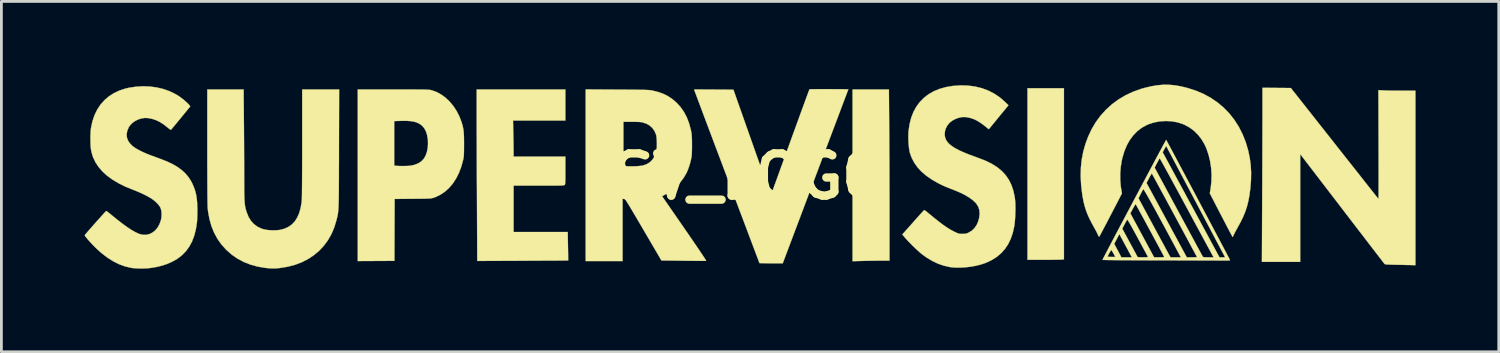
<source format=kicad_pcb>
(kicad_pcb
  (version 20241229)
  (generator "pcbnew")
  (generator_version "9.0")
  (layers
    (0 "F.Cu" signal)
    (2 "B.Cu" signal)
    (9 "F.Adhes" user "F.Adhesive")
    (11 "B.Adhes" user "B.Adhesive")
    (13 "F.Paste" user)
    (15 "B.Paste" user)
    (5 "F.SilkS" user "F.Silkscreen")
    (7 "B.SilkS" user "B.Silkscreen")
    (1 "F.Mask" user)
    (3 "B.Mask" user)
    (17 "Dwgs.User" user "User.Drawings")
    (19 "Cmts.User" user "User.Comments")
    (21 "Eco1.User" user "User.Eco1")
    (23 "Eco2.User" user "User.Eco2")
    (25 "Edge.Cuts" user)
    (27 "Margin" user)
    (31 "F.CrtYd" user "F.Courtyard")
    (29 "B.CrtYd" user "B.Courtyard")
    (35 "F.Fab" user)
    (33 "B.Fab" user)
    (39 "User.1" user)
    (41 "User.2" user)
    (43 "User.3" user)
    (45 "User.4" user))
  (footprint "SV_LOGO"
    (layer "F.Cu")
    (at 23.981 3.313)
    (property "Reference" "SV_LOGO" (at 0 0 0) (layer "F.SilkS") (effects (font (size 1.524 1.524) (thickness 0.3))))
    (attr through_hole)
    (fp_poly (pts (xy 11.325 2.984) (xy 11.256 2.994) (xy 11.226 2.996) (xy 11.169 2.998) (xy 11.091 2.999) (xy 10.993 3.001) (xy 10.88 3.002) (xy 10.756 3.003) (xy 10.625 3.003) (xy 10.599 3.003) (xy 10.011 3.003) (xy 10.011 -3.182) (xy 11.325 -3.182) (xy 11.325 2.984)) (stroke (width 0.01) (type solid)) (fill yes) (layer "F.SilkS"))
    (fp_poly (pts (xy 5.025 -1.782) (xy 5.027 -1.571) (xy 5.028 -1.334) (xy 5.029 -1.076) (xy 5.03 -0.802) (xy 5.032 -0.516) (xy 5.033 -0.221) (xy 5.033 0.076) (xy 5.034 0.373) (xy 5.035 0.664) (xy 5.035 0.945) (xy 5.035 1.212) (xy 5.035 1.304) (xy 5.035 3.033) (xy 4.754 3.033) (xy 4.654 3.033) (xy 4.533 3.035) (xy 4.401 3.037) (xy 4.265 3.039) (xy 4.135 3.042) (xy 4.089 3.043) (xy 3.705 3.053) (xy 3.705 -3.138) (xy 5.015 -3.138) (xy 5.025 -1.782)) (stroke (width 0.01) (type solid)) (fill yes) (layer "F.SilkS"))
    (fp_poly (pts (xy 2.727 -3.15) (xy 2.857 -3.149) (xy 3.553 -3.145) (xy 1.187 3.13) (xy 0.978 3.131) (xy 0.876 3.131) (xy 0.76 3.13) (xy 0.645 3.128) (xy 0.559 3.127) (xy 0.349 3.122) (xy -0.82 0.023) (xy -0.931 -0.27) (xy -1.038 -0.555) (xy -1.143 -0.832) (xy -1.244 -1.099) (xy -1.34 -1.355) (xy -1.432 -1.599) (xy -1.519 -1.83) (xy -1.6 -2.045) (xy -1.675 -2.244) (xy -1.743 -2.426) (xy -1.804 -2.589) (xy -1.858 -2.733) (xy -1.904 -2.855) (xy -1.941 -2.954) (xy -1.969 -3.03) (xy -1.988 -3.081) (xy -1.997 -3.105) (xy -1.998 -3.107) (xy -2.006 -3.138) (xy -1.298 -3.134) (xy -0.591 -3.13) (xy 0.083 -1.221) (xy 0.757 0.688) (xy 1.448 -1.221) (xy 1.531 -1.451) (xy 1.612 -1.672) (xy 1.689 -1.885) (xy 1.762 -2.086) (xy 1.831 -2.275) (xy 1.895 -2.45) (xy 1.953 -2.608) (xy 2.004 -2.75) (xy 2.049 -2.872) (xy 2.087 -2.973) (xy 2.116 -3.052) (xy 2.137 -3.107) (xy 2.148 -3.137) (xy 2.15 -3.142) (xy 2.167 -3.144) (xy 2.21 -3.146) (xy 2.278 -3.147) (xy 2.366 -3.148) (xy 2.472 -3.149) (xy 2.594 -3.15) (xy 2.727 -3.15)) (stroke (width 0.01) (type solid)) (fill yes) (layer "F.SilkS"))
    (fp_poly (pts (xy -6.649 -2.017) (xy -8.536 -2.017) (xy -8.526 -1.566) (xy -8.524 -1.441) (xy -8.521 -1.315) (xy -8.519 -1.193) (xy -8.518 -1.083) (xy -8.517 -0.99) (xy -8.516 -0.92) (xy -8.516 -0.916) (xy -8.516 -0.717) (xy -6.649 -0.717) (xy -6.649 -0.219) (xy -6.649 -0.083) (xy -6.649 0.026) (xy -6.65 0.111) (xy -6.652 0.176) (xy -6.654 0.223) (xy -6.657 0.257) (xy -6.661 0.279) (xy -6.667 0.293) (xy -6.674 0.302) (xy -6.676 0.304) (xy -6.684 0.309) (xy -6.696 0.313) (xy -6.716 0.317) (xy -6.745 0.32) (xy -6.785 0.323) (xy -6.839 0.325) (xy -6.909 0.326) (xy -6.997 0.327) (xy -7.106 0.328) (xy -7.238 0.328) (xy -7.395 0.329) (xy -7.578 0.329) (xy -7.61 0.329) (xy -8.516 0.329) (xy -8.516 2.002) (xy -6.564 2.002) (xy -6.555 2.513) (xy -6.553 2.634) (xy -6.551 2.744) (xy -6.549 2.841) (xy -6.549 2.921) (xy -6.548 2.981) (xy -6.548 3.017) (xy -6.549 3.027) (xy -6.564 3.027) (xy -6.607 3.028) (xy -6.676 3.028) (xy -6.769 3.029) (xy -6.884 3.03) (xy -7.02 3.031) (xy -7.174 3.032) (xy -7.345 3.032) (xy -7.53 3.033) (xy -7.728 3.034) (xy -7.936 3.035) (xy -8.153 3.036) (xy -8.189 3.037) (xy -9.826 3.044) (xy -9.836 0.757) (xy -9.837 0.482) (xy -9.839 0.206) (xy -9.84 -0.07) (xy -9.841 -0.343) (xy -9.842 -0.61) (xy -9.843 -0.87) (xy -9.843 -1.118) (xy -9.844 -1.353) (xy -9.845 -1.573) (xy -9.845 -1.775) (xy -9.846 -1.956) (xy -9.846 -2.114) (xy -9.846 -2.247) (xy -9.846 -2.333) (xy -9.846 -3.138) (xy -6.649 -3.138) (xy -6.649 -2.017)) (stroke (width 0.01) (type solid)) (fill yes) (layer "F.SilkS"))
    (fp_poly (pts (xy 18.994 -3.194) (xy 19.505 -3.19) (xy 21.082 -1.193) (xy 21.251 -0.978) (xy 21.416 -0.77) (xy 21.574 -0.569) (xy 21.726 -0.377) (xy 21.87 -0.195) (xy 22.005 -0.024) (xy 22.13 0.135) (xy 22.244 0.28) (xy 22.347 0.41) (xy 22.437 0.524) (xy 22.514 0.621) (xy 22.576 0.699) (xy 22.623 0.758) (xy 22.653 0.796) (xy 22.665 0.812) (xy 22.666 0.812) (xy 22.667 0.798) (xy 22.667 0.756) (xy 22.668 0.688) (xy 22.669 0.595) (xy 22.669 0.479) (xy 22.669 0.342) (xy 22.67 0.185) (xy 22.67 0.011) (xy 22.67 -0.179) (xy 22.669 -0.384) (xy 22.669 -0.601) (xy 22.669 -0.829) (xy 22.668 -1.066) (xy 22.668 -1.147) (xy 22.662 -3.113) (xy 22.868 -3.103) (xy 22.938 -3.1) (xy 23.031 -3.098) (xy 23.142 -3.096) (xy 23.264 -3.094) (xy 23.392 -3.093) (xy 23.519 -3.093) (xy 23.535 -3.093) (xy 23.996 -3.093) (xy 23.996 3.197) (xy 23.925 3.195) (xy 23.892 3.194) (xy 23.834 3.192) (xy 23.755 3.191) (xy 23.659 3.189) (xy 23.55 3.186) (xy 23.432 3.184) (xy 23.38 3.183) (xy 23.245 3.181) (xy 23.136 3.178) (xy 23.052 3.175) (xy 22.988 3.172) (xy 22.943 3.168) (xy 22.912 3.164) (xy 22.894 3.158) (xy 22.885 3.153) (xy 22.873 3.138) (xy 22.845 3.102) (xy 22.8 3.044) (xy 22.74 2.966) (xy 22.666 2.87) (xy 22.578 2.756) (xy 22.478 2.626) (xy 22.366 2.481) (xy 22.244 2.322) (xy 22.113 2.15) (xy 21.972 1.968) (xy 21.825 1.776) (xy 21.67 1.574) (xy 21.51 1.366) (xy 21.353 1.16) (xy 19.842 -0.809) (xy 19.842 3.078) (xy 18.462 3.078) (xy 18.472 0.803) (xy 18.473 0.527) (xy 18.475 0.249) (xy 18.476 -0.029) (xy 18.477 -0.305) (xy 18.478 -0.576) (xy 18.479 -0.839) (xy 18.479 -1.092) (xy 18.48 -1.332) (xy 18.481 -1.557) (xy 18.481 -1.764) (xy 18.482 -1.951) (xy 18.482 -2.114) (xy 18.482 -2.253) (xy 18.482 -2.335) (xy 18.482 -3.198) (xy 18.994 -3.194)) (stroke (width 0.01) (type solid)) (fill yes) (layer "F.SilkS"))
    (fp_poly (pts (xy -12.627 -3.138) (xy -12.43 -3.138) (xy -12.258 -3.137) (xy -12.11 -3.137) (xy -11.983 -3.136) (xy -11.877 -3.136) (xy -11.788 -3.135) (xy -11.715 -3.133) (xy -11.655 -3.131) (xy -11.608 -3.129) (xy -11.569 -3.126) (xy -11.539 -3.123) (xy -11.514 -3.119) (xy -11.492 -3.115) (xy -11.472 -3.11) (xy -11.462 -3.107) (xy -11.29 -3.045) (xy -11.124 -2.954) (xy -10.967 -2.839) (xy -10.822 -2.702) (xy -10.69 -2.544) (xy -10.573 -2.368) (xy -10.475 -2.176) (xy -10.416 -2.027) (xy -10.384 -1.935) (xy -10.359 -1.851) (xy -10.34 -1.772) (xy -10.325 -1.691) (xy -10.315 -1.603) (xy -10.308 -1.504) (xy -10.304 -1.388) (xy -10.303 -1.251) (xy -10.303 -1.165) (xy -10.303 -1.038) (xy -10.304 -0.935) (xy -10.306 -0.853) (xy -10.308 -0.788) (xy -10.312 -0.734) (xy -10.318 -0.688) (xy -10.325 -0.644) (xy -10.335 -0.598) (xy -10.336 -0.593) (xy -10.402 -0.352) (xy -10.486 -0.13) (xy -10.588 0.072) (xy -10.706 0.253) (xy -10.841 0.411) (xy -10.99 0.546) (xy -11.153 0.656) (xy -11.33 0.741) (xy -11.393 0.763) (xy -11.419 0.772) (xy -11.444 0.778) (xy -11.471 0.784) (xy -11.504 0.789) (xy -11.544 0.792) (xy -11.597 0.795) (xy -11.663 0.797) (xy -11.747 0.799) (xy -11.851 0.801) (xy -11.979 0.802) (xy -12.133 0.803) (xy -12.151 0.803) (xy -12.804 0.809) (xy -12.808 1.925) (xy -12.812 3.041) (xy -14.134 3.048) (xy -14.134 -1.998) (xy -12.82 -1.998) (xy -12.82 -0.39) (xy -12.741 -0.385) (xy -12.64 -0.379) (xy -12.532 -0.377) (xy -12.426 -0.378) (xy -12.33 -0.381) (xy -12.254 -0.387) (xy -12.244 -0.388) (xy -12.09 -0.42) (xy -11.957 -0.472) (xy -11.846 -0.543) (xy -11.758 -0.634) (xy -11.75 -0.644) (xy -11.69 -0.747) (xy -11.644 -0.872) (xy -11.614 -1.013) (xy -11.601 -1.163) (xy -11.605 -1.317) (xy -11.608 -1.344) (xy -11.635 -1.502) (xy -11.679 -1.636) (xy -11.741 -1.748) (xy -11.821 -1.837) (xy -11.868 -1.874) (xy -11.944 -1.919) (xy -12.027 -1.955) (xy -12.121 -1.98) (xy -12.229 -1.997) (xy -12.356 -2.006) (xy -12.506 -2.007) (xy -12.592 -2.005) (xy -12.82 -1.998) (xy -14.134 -1.998) (xy -14.134 -3.138) (xy -12.853 -3.138) (xy -12.627 -3.138)) (stroke (width 0.01) (type solid)) (fill yes) (layer "F.SilkS"))
    (fp_poly (pts (xy 15.305 -3.29) (xy 15.519 -3.254) (xy 15.748 -3.2) (xy 15.79 -3.188) (xy 16.086 -3.093) (xy 16.364 -2.974) (xy 16.625 -2.831) (xy 16.866 -2.666) (xy 17.087 -2.479) (xy 17.289 -2.271) (xy 17.469 -2.042) (xy 17.628 -1.794) (xy 17.764 -1.526) (xy 17.878 -1.241) (xy 17.966 -0.942) (xy 18.022 -0.681) (xy 18.057 -0.42) (xy 18.073 -0.154) (xy 18.069 0.123) (xy 18.046 0.417) (xy 18.041 0.46) (xy 18.01 0.689) (xy 17.971 0.896) (xy 17.922 1.088) (xy 17.861 1.271) (xy 17.786 1.454) (xy 17.694 1.642) (xy 17.616 1.784) (xy 17.571 1.867) (xy 17.527 1.946) (xy 17.49 2.017) (xy 17.462 2.072) (xy 17.448 2.101) (xy 17.429 2.144) (xy 17.413 2.173) (xy 17.406 2.181) (xy 17.398 2.168) (xy 17.378 2.13) (xy 17.346 2.071) (xy 17.304 1.993) (xy 17.254 1.897) (xy 17.195 1.786) (xy 17.131 1.662) (xy 17.061 1.528) (xy 16.991 1.394) (xy 16.584 0.607) (xy 16.616 0.412) (xy 16.642 0.177) (xy 16.647 -0.066) (xy 16.631 -0.312) (xy 16.594 -0.555) (xy 16.537 -0.789) (xy 16.462 -1.009) (xy 16.395 -1.157) (xy 16.287 -1.34) (xy 16.159 -1.505) (xy 16.012 -1.649) (xy 15.848 -1.77) (xy 15.67 -1.866) (xy 15.599 -1.896) (xy 15.405 -1.956) (xy 15.201 -1.991) (xy 14.991 -2.001) (xy 14.781 -1.987) (xy 14.576 -1.949) (xy 14.382 -1.887) (xy 14.301 -1.852) (xy 14.125 -1.753) (xy 13.965 -1.63) (xy 13.823 -1.483) (xy 13.697 -1.313) (xy 13.59 -1.121) (xy 13.502 -0.908) (xy 13.433 -0.675) (xy 13.411 -0.58) (xy 13.373 -0.346) (xy 13.354 -0.106) (xy 13.355 0.13) (xy 13.374 0.355) (xy 13.384 0.42) (xy 13.416 0.609) (xy 13.014 1.383) (xy 12.94 1.524) (xy 12.871 1.657) (xy 12.806 1.78) (xy 12.748 1.89) (xy 12.698 1.986) (xy 12.656 2.064) (xy 12.625 2.122) (xy 12.605 2.159) (xy 12.598 2.17) (xy 12.585 2.166) (xy 12.567 2.137) (xy 12.557 2.115) (xy 12.54 2.076) (xy 12.511 2.018) (xy 12.475 1.949) (xy 12.435 1.876) (xy 12.427 1.863) (xy 12.327 1.68) (xy 12.242 1.514) (xy 12.173 1.359) (xy 12.116 1.209) (xy 12.07 1.059) (xy 12.031 0.902) (xy 11.999 0.732) (xy 11.985 0.642) (xy 11.945 0.307) (xy 11.928 -0.012) (xy 11.936 -0.318) (xy 11.967 -0.614) (xy 12.023 -0.902) (xy 12.104 -1.186) (xy 12.195 -1.43) (xy 12.322 -1.703) (xy 12.473 -1.958) (xy 12.646 -2.193) (xy 12.84 -2.408) (xy 13.055 -2.603) (xy 13.289 -2.776) (xy 13.542 -2.926) (xy 13.812 -3.053) (xy 14.099 -3.157) (xy 14.246 -3.198) (xy 14.479 -3.253) (xy 14.695 -3.289) (xy 14.9 -3.307) (xy 15.101 -3.308) (xy 15.305 -3.29)) (stroke (width 0.01) (type solid)) (fill yes) (layer "F.SilkS"))
    (fp_poly (pts (xy -18.238 -1.961) (xy -18.236 -1.749) (xy -18.235 -1.525) (xy -18.233 -1.295) (xy -18.232 -1.062) (xy -18.231 -0.833) (xy -18.23 -0.612) (xy -18.229 -0.403) (xy -18.229 -0.213) (xy -18.228 -0.044) (xy -18.228 0.028) (xy -18.228 0.228) (xy -18.227 0.401) (xy -18.226 0.55) (xy -18.224 0.678) (xy -18.22 0.786) (xy -18.215 0.879) (xy -18.209 0.959) (xy -18.201 1.029) (xy -18.191 1.091) (xy -18.179 1.149) (xy -18.164 1.205) (xy -18.147 1.262) (xy -18.135 1.298) (xy -18.069 1.46) (xy -17.984 1.598) (xy -17.88 1.712) (xy -17.757 1.804) (xy -17.615 1.874) (xy -17.563 1.892) (xy -17.458 1.918) (xy -17.333 1.934) (xy -17.2 1.941) (xy -17.069 1.939) (xy -16.948 1.926) (xy -16.928 1.922) (xy -16.77 1.88) (xy -16.63 1.815) (xy -16.508 1.728) (xy -16.404 1.618) (xy -16.318 1.484) (xy -16.248 1.327) (xy -16.195 1.145) (xy -16.159 0.939) (xy -16.152 0.878) (xy -16.15 0.843) (xy -16.148 0.78) (xy -16.146 0.69) (xy -16.144 0.574) (xy -16.143 0.434) (xy -16.141 0.272) (xy -16.14 0.088) (xy -16.139 -0.116) (xy -16.138 -0.339) (xy -16.137 -0.578) (xy -16.137 -0.833) (xy -16.137 -1.102) (xy -16.137 -1.199) (xy -16.136 -3.138) (xy -14.805 -3.138) (xy -14.811 -1.005) (xy -14.811 -0.703) (xy -14.812 -0.43) (xy -14.813 -0.184) (xy -14.813 0.037) (xy -14.814 0.235) (xy -14.815 0.412) (xy -14.816 0.568) (xy -14.818 0.705) (xy -14.82 0.825) (xy -14.822 0.93) (xy -14.825 1.022) (xy -14.828 1.101) (xy -14.832 1.17) (xy -14.837 1.23) (xy -14.842 1.282) (xy -14.848 1.329) (xy -14.855 1.372) (xy -14.863 1.412) (xy -14.871 1.452) (xy -14.881 1.492) (xy -14.892 1.535) (xy -14.904 1.582) (xy -14.906 1.591) (xy -14.984 1.845) (xy -15.086 2.082) (xy -15.211 2.3) (xy -15.358 2.499) (xy -15.526 2.678) (xy -15.715 2.836) (xy -15.923 2.974) (xy -16.15 3.09) (xy -16.395 3.183) (xy -16.657 3.252) (xy -16.935 3.298) (xy -16.961 3.301) (xy -17.086 3.312) (xy -17.203 3.314) (xy -17.323 3.309) (xy -17.459 3.295) (xy -17.466 3.295) (xy -17.743 3.248) (xy -18.003 3.176) (xy -18.245 3.08) (xy -18.471 2.96) (xy -18.681 2.814) (xy -18.873 2.644) (xy -18.879 2.638) (xy -19.048 2.45) (xy -19.192 2.247) (xy -19.311 2.027) (xy -19.408 1.789) (xy -19.48 1.534) (xy -19.53 1.261) (xy -19.542 1.153) (xy -19.545 1.112) (xy -19.547 1.043) (xy -19.549 0.944) (xy -19.551 0.818) (xy -19.553 0.663) (xy -19.554 0.482) (xy -19.555 0.274) (xy -19.556 0.039) (xy -19.557 -0.22) (xy -19.558 -0.505) (xy -19.558 -0.814) (xy -19.558 -1.07) (xy -19.558 -3.138) (xy -18.248 -3.138) (xy -18.238 -1.961)) (stroke (width 0.01) (type solid)) (fill yes) (layer "F.SilkS"))
    (fp_poly (pts (xy -4.785 -3.133) (xy -4.569 -3.132) (xy -4.382 -3.131) (xy -4.22 -3.13) (xy -4.081 -3.128) (xy -3.963 -3.126) (xy -3.864 -3.125) (xy -3.783 -3.123) (xy -3.715 -3.12) (xy -3.661 -3.117) (xy -3.616 -3.114) (xy -3.58 -3.11) (xy -3.549 -3.106) (xy -3.526 -3.102) (xy -3.317 -3.051) (xy -3.13 -2.985) (xy -2.96 -2.902) (xy -2.804 -2.8) (xy -2.657 -2.676) (xy -2.646 -2.666) (xy -2.5 -2.508) (xy -2.376 -2.331) (xy -2.272 -2.135) (xy -2.189 -1.918) (xy -2.125 -1.68) (xy -2.11 -1.606) (xy -2.101 -1.549) (xy -2.094 -1.486) (xy -2.089 -1.411) (xy -2.086 -1.319) (xy -2.085 -1.206) (xy -2.085 -1.121) (xy -2.085 -1.003) (xy -2.087 -0.909) (xy -2.089 -0.835) (xy -2.093 -0.773) (xy -2.1 -0.72) (xy -2.108 -0.669) (xy -2.119 -0.617) (xy -2.149 -0.495) (xy -2.186 -0.371) (xy -2.228 -0.253) (xy -2.27 -0.152) (xy -2.282 -0.127) (xy -2.387 0.051) (xy -2.517 0.221) (xy -2.669 0.377) (xy -2.839 0.516) (xy -3.024 0.635) (xy -3.065 0.657) (xy -3.163 0.71) (xy -2.359 1.872) (xy -2.234 2.053) (xy -2.117 2.224) (xy -2.008 2.382) (xy -1.91 2.526) (xy -1.822 2.656) (xy -1.746 2.769) (xy -1.683 2.864) (xy -1.633 2.94) (xy -1.597 2.996) (xy -1.577 3.03) (xy -1.573 3.04) (xy -1.591 3.041) (xy -1.636 3.042) (xy -1.705 3.042) (xy -1.796 3.042) (xy -1.905 3.041) (xy -2.031 3.04) (xy -2.169 3.039) (xy -2.317 3.037) (xy -2.389 3.036) (xy -3.186 3.026) (xy -3.839 1.912) (xy -3.953 1.717) (xy -4.053 1.547) (xy -4.141 1.398) (xy -4.216 1.271) (xy -4.28 1.163) (xy -4.334 1.073) (xy -4.379 0.999) (xy -4.416 0.94) (xy -4.446 0.893) (xy -4.469 0.858) (xy -4.488 0.832) (xy -4.503 0.815) (xy -4.515 0.804) (xy -4.525 0.798) (xy -4.534 0.795) (xy -4.539 0.795) (xy -4.587 0.79) (xy -4.587 3.048) (xy -5.917 3.048) (xy -5.917 -1.972) (xy -4.557 -1.972) (xy -4.557 -0.375) (xy -4.434 -0.369) (xy -4.326 -0.366) (xy -4.213 -0.366) (xy -4.101 -0.37) (xy -3.999 -0.377) (xy -3.912 -0.386) (xy -3.856 -0.396) (xy -3.723 -0.441) (xy -3.61 -0.509) (xy -3.516 -0.598) (xy -3.443 -0.71) (xy -3.389 -0.845) (xy -3.368 -0.928) (xy -3.357 -1.002) (xy -3.351 -1.093) (xy -3.35 -1.194) (xy -3.353 -1.296) (xy -3.36 -1.392) (xy -3.371 -1.471) (xy -3.382 -1.517) (xy -3.437 -1.644) (xy -3.515 -1.752) (xy -3.614 -1.84) (xy -3.734 -1.907) (xy -3.873 -1.952) (xy -3.905 -1.958) (xy -3.943 -1.963) (xy -4.005 -1.967) (xy -4.085 -1.97) (xy -4.175 -1.972) (xy -4.268 -1.972) (xy -4.557 -1.972) (xy -5.917 -1.972) (xy -5.917 -3.14) (xy -4.785 -3.133)) (stroke (width 0.01) (type solid)) (fill yes) (layer "F.SilkS"))
    (fp_poly (pts (xy 7.866 -3.277) (xy 8.122 -3.243) (xy 8.367 -3.183) (xy 8.598 -3.097) (xy 8.816 -2.985) (xy 9.019 -2.847) (xy 9.206 -2.685) (xy 9.217 -2.674) (xy 9.324 -2.568) (xy 9.193 -2.408) (xy 9.143 -2.348) (xy 9.079 -2.27) (xy 9.007 -2.182) (xy 8.931 -2.089) (xy 8.857 -1.998) (xy 8.839 -1.976) (xy 8.616 -1.705) (xy 8.558 -1.753) (xy 8.419 -1.863) (xy 8.292 -1.952) (xy 8.175 -2.022) (xy 8.061 -2.074) (xy 7.948 -2.111) (xy 7.83 -2.136) (xy 7.766 -2.144) (xy 7.656 -2.143) (xy 7.539 -2.12) (xy 7.421 -2.078) (xy 7.31 -2.02) (xy 7.215 -1.949) (xy 7.195 -1.93) (xy 7.117 -1.834) (xy 7.062 -1.726) (xy 7.031 -1.611) (xy 7.026 -1.495) (xy 7.043 -1.401) (xy 7.075 -1.321) (xy 7.125 -1.243) (xy 7.195 -1.169) (xy 7.285 -1.096) (xy 7.397 -1.024) (xy 7.533 -0.951) (xy 7.695 -0.877) (xy 7.883 -0.8) (xy 8.061 -0.734) (xy 8.164 -0.697) (xy 8.267 -0.658) (xy 8.362 -0.622) (xy 8.445 -0.589) (xy 8.508 -0.564) (xy 8.524 -0.557) (xy 8.739 -0.449) (xy 8.927 -0.328) (xy 9.09 -0.193) (xy 9.228 -0.043) (xy 9.342 0.124) (xy 9.433 0.309) (xy 9.502 0.512) (xy 9.549 0.736) (xy 9.563 0.838) (xy 9.571 0.938) (xy 9.575 1.06) (xy 9.576 1.196) (xy 9.572 1.339) (xy 9.566 1.48) (xy 9.556 1.613) (xy 9.544 1.729) (xy 9.534 1.793) (xy 9.481 2.03) (xy 9.408 2.245) (xy 9.314 2.439) (xy 9.198 2.612) (xy 9.062 2.764) (xy 8.903 2.898) (xy 8.721 3.013) (xy 8.517 3.109) (xy 8.465 3.129) (xy 8.31 3.179) (xy 8.137 3.221) (xy 7.953 3.253) (xy 7.765 3.274) (xy 7.581 3.285) (xy 7.407 3.284) (xy 7.251 3.27) (xy 7.217 3.265) (xy 6.996 3.215) (xy 6.783 3.142) (xy 6.574 3.043) (xy 6.367 2.917) (xy 6.213 2.806) (xy 6.142 2.748) (xy 6.057 2.672) (xy 5.963 2.585) (xy 5.866 2.491) (xy 5.771 2.395) (xy 5.683 2.303) (xy 5.608 2.22) (xy 5.59 2.199) (xy 5.497 2.09) (xy 5.614 1.96) (xy 5.656 1.913) (xy 5.714 1.848) (xy 5.783 1.77) (xy 5.86 1.683) (xy 5.939 1.593) (xy 6.004 1.52) (xy 6.076 1.439) (xy 6.142 1.366) (xy 6.199 1.304) (xy 6.245 1.255) (xy 6.277 1.223) (xy 6.292 1.21) (xy 6.292 1.21) (xy 6.307 1.219) (xy 6.342 1.245) (xy 6.391 1.283) (xy 6.452 1.332) (xy 6.518 1.387) (xy 6.68 1.519) (xy 6.823 1.632) (xy 6.951 1.729) (xy 7.068 1.811) (xy 7.177 1.882) (xy 7.28 1.942) (xy 7.382 1.994) (xy 7.393 2) (xy 7.46 2.031) (xy 7.509 2.051) (xy 7.55 2.063) (xy 7.593 2.068) (xy 7.647 2.069) (xy 7.665 2.069) (xy 7.734 2.067) (xy 7.785 2.061) (xy 7.832 2.048) (xy 7.887 2.024) (xy 7.893 2.021) (xy 8.007 1.952) (xy 8.103 1.858) (xy 8.181 1.744) (xy 8.238 1.609) (xy 8.272 1.477) (xy 8.286 1.337) (xy 8.276 1.213) (xy 8.241 1.101) (xy 8.18 0.997) (xy 8.128 0.935) (xy 8.024 0.841) (xy 7.893 0.748) (xy 7.737 0.656) (xy 7.556 0.568) (xy 7.354 0.484) (xy 7.353 0.484) (xy 7.232 0.437) (xy 7.134 0.398) (xy 7.052 0.364) (xy 6.981 0.334) (xy 6.916 0.303) (xy 6.851 0.271) (xy 6.783 0.237) (xy 6.557 0.107) (xy 6.358 -0.031) (xy 6.188 -0.177) (xy 6.044 -0.333) (xy 5.927 -0.5) (xy 5.835 -0.677) (xy 5.774 -0.845) (xy 5.754 -0.933) (xy 5.738 -1.043) (xy 5.725 -1.169) (xy 5.718 -1.301) (xy 5.715 -1.435) (xy 5.718 -1.561) (xy 5.724 -1.641) (xy 5.76 -1.889) (xy 5.819 -2.118) (xy 5.9 -2.328) (xy 6.005 -2.518) (xy 6.131 -2.688) (xy 6.278 -2.838) (xy 6.447 -2.967) (xy 6.636 -3.075) (xy 6.846 -3.16) (xy 7.076 -3.224) (xy 7.321 -3.265) (xy 7.599 -3.285) (xy 7.866 -3.277)) (stroke (width 0.01) (type solid)) (fill yes) (layer "F.SilkS"))
    (fp_poly (pts (xy -21.623 -3.243) (xy -21.375 -3.209) (xy -21.136 -3.152) (xy -20.91 -3.071) (xy -20.699 -2.968) (xy -20.589 -2.901) (xy -20.522 -2.854) (xy -20.448 -2.797) (xy -20.375 -2.736) (xy -20.307 -2.677) (xy -20.25 -2.623) (xy -20.211 -2.58) (xy -20.205 -2.573) (xy -20.172 -2.528) (xy -20.514 -2.109) (xy -20.593 -2.013) (xy -20.667 -1.924) (xy -20.732 -1.845) (xy -20.787 -1.779) (xy -20.83 -1.728) (xy -20.858 -1.695) (xy -20.869 -1.683) (xy -20.885 -1.689) (xy -20.918 -1.71) (xy -20.961 -1.743) (xy -20.978 -1.758) (xy -21.124 -1.873) (xy -21.264 -1.963) (xy -21.403 -2.031) (xy -21.547 -2.078) (xy -21.684 -2.106) (xy -21.809 -2.112) (xy -21.937 -2.093) (xy -22.061 -2.052) (xy -22.176 -1.992) (xy -22.277 -1.915) (xy -22.358 -1.824) (xy -22.393 -1.768) (xy -22.444 -1.645) (xy -22.465 -1.526) (xy -22.457 -1.412) (xy -22.42 -1.303) (xy -22.354 -1.2) (xy -22.259 -1.104) (xy -22.218 -1.071) (xy -22.136 -1.016) (xy -22.032 -0.956) (xy -21.912 -0.896) (xy -21.783 -0.837) (xy -21.652 -0.783) (xy -21.62 -0.771) (xy -21.531 -0.739) (xy -21.427 -0.701) (xy -21.321 -0.662) (xy -21.225 -0.627) (xy -21.224 -0.626) (xy -20.997 -0.536) (xy -20.797 -0.44) (xy -20.623 -0.337) (xy -20.473 -0.227) (xy -20.344 -0.106) (xy -20.233 0.027) (xy -20.14 0.173) (xy -20.095 0.261) (xy -20.039 0.391) (xy -19.994 0.52) (xy -19.961 0.655) (xy -19.937 0.8) (xy -19.923 0.962) (xy -19.917 1.144) (xy -19.916 1.228) (xy -19.917 1.33) (xy -19.919 1.433) (xy -19.923 1.528) (xy -19.927 1.608) (xy -19.932 1.66) (xy -19.971 1.91) (xy -20.03 2.138) (xy -20.109 2.344) (xy -20.208 2.528) (xy -20.328 2.693) (xy -20.469 2.837) (xy -20.631 2.962) (xy -20.816 3.068) (xy -20.821 3.07) (xy -20.998 3.149) (xy -21.181 3.211) (xy -21.375 3.259) (xy -21.589 3.295) (xy -21.634 3.301) (xy -21.727 3.31) (xy -21.837 3.314) (xy -21.955 3.315) (xy -22.072 3.313) (xy -22.18 3.307) (xy -22.271 3.298) (xy -22.3 3.293) (xy -22.521 3.241) (xy -22.737 3.163) (xy -22.949 3.057) (xy -23.16 2.924) (xy -23.37 2.763) (xy -23.534 2.617) (xy -23.602 2.551) (xy -23.672 2.48) (xy -23.741 2.407) (xy -23.807 2.335) (xy -23.866 2.267) (xy -23.916 2.208) (xy -23.952 2.161) (xy -23.973 2.129) (xy -23.976 2.116) (xy -23.965 2.101) (xy -23.936 2.067) (xy -23.893 2.016) (xy -23.838 1.953) (xy -23.774 1.879) (xy -23.703 1.798) (xy -23.628 1.714) (xy -23.552 1.627) (xy -23.477 1.543) (xy -23.405 1.464) (xy -23.341 1.392) (xy -23.286 1.331) (xy -23.242 1.284) (xy -23.214 1.253) (xy -23.202 1.243) (xy -23.188 1.25) (xy -23.154 1.274) (xy -23.106 1.311) (xy -23.047 1.358) (xy -22.999 1.398) (xy -22.797 1.562) (xy -22.612 1.705) (xy -22.443 1.827) (xy -22.292 1.926) (xy -22.158 2.003) (xy -22.043 2.058) (xy -22.002 2.073) (xy -21.879 2.102) (xy -21.759 2.102) (xy -21.645 2.076) (xy -21.538 2.024) (xy -21.442 1.95) (xy -21.358 1.854) (xy -21.29 1.738) (xy -21.239 1.604) (xy -21.222 1.538) (xy -21.207 1.43) (xy -21.206 1.321) (xy -21.218 1.22) (xy -21.242 1.135) (xy -21.244 1.13) (xy -21.283 1.064) (xy -21.342 0.991) (xy -21.417 0.916) (xy -21.501 0.845) (xy -21.559 0.803) (xy -21.64 0.753) (xy -21.742 0.697) (xy -21.86 0.638) (xy -21.985 0.58) (xy -22.111 0.526) (xy -22.232 0.478) (xy -22.505 0.368) (xy -22.752 0.246) (xy -22.974 0.114) (xy -23.169 -0.028) (xy -23.337 -0.181) (xy -23.477 -0.343) (xy -23.59 -0.514) (xy -23.675 -0.694) (xy -23.692 -0.74) (xy -23.712 -0.808) (xy -23.733 -0.889) (xy -23.749 -0.966) (xy -23.749 -0.969) (xy -23.76 -1.05) (xy -23.767 -1.152) (xy -23.77 -1.269) (xy -23.771 -1.391) (xy -23.769 -1.513) (xy -23.763 -1.625) (xy -23.754 -1.72) (xy -23.749 -1.756) (xy -23.698 -1.994) (xy -23.623 -2.212) (xy -23.526 -2.412) (xy -23.408 -2.591) (xy -23.267 -2.75) (xy -23.107 -2.888) (xy -22.925 -3.005) (xy -22.724 -3.099) (xy -22.504 -3.171) (xy -22.393 -3.197) (xy -22.135 -3.237) (xy -21.877 -3.253) (xy -21.623 -3.243)) (stroke (width 0.01) (type solid)) (fill yes) (layer "F.SilkS"))
    (fp_poly (pts (xy 15.018 -1.307) (xy 15.039 -1.269) (xy 15.072 -1.208) (xy 15.116 -1.126) (xy 15.17 -1.024) (xy 15.235 -0.904) (xy 15.307 -0.768) (xy 15.388 -0.617) (xy 15.475 -0.453) (xy 15.568 -0.278) (xy 15.667 -0.093) (xy 15.769 0.099) (xy 15.875 0.298) (xy 15.983 0.501) (xy 16.092 0.707) (xy 16.202 0.914) (xy 16.312 1.121) (xy 16.42 1.325) (xy 16.527 1.526) (xy 16.63 1.72) (xy 16.729 1.908) (xy 16.824 2.087) (xy 16.913 2.255) (xy 16.995 2.41) (xy 17.07 2.552) (xy 17.137 2.678) (xy 17.194 2.786) (xy 17.241 2.876) (xy 17.277 2.945) (xy 17.301 2.991) (xy 17.312 3.013) (xy 17.312 3.014) (xy 17.309 3.02) (xy 17.291 3.025) (xy 17.256 3.028) (xy 17.202 3.03) (xy 17.125 3.03) (xy 17.023 3.03) (xy 16.934 3.029) (xy 16.87 3.029) (xy 16.778 3.028) (xy 16.661 3.028) (xy 16.521 3.027) (xy 16.36 3.027) (xy 16.18 3.026) (xy 15.985 3.025) (xy 15.775 3.025) (xy 15.554 3.024) (xy 15.323 3.023) (xy 15.085 3.023) (xy 14.842 3.022) (xy 14.631 3.022) (xy 14.385 3.021) (xy 14.149 3.02) (xy 13.925 3.02) (xy 13.715 3.018) (xy 13.521 3.017) (xy 13.343 3.016) (xy 13.184 3.015) (xy 13.046 3.013) (xy 12.93 3.012) (xy 12.837 3.01) (xy 12.769 3.008) (xy 12.728 3.007) (xy 12.715 3.005) (xy 12.722 2.99) (xy 12.742 2.95) (xy 12.774 2.888) (xy 12.775 2.887) (xy 12.897 2.887) (xy 12.908 2.892) (xy 12.944 2.896) (xy 12.997 2.898) (xy 13.035 2.899) (xy 13.178 2.899) (xy 13.112 2.776) (xy 13.081 2.722) (xy 13.055 2.679) (xy 13.038 2.653) (xy 13.033 2.649) (xy 13.022 2.659) (xy 13.002 2.69) (xy 12.976 2.734) (xy 12.948 2.784) (xy 12.922 2.834) (xy 12.901 2.877) (xy 12.897 2.887) (xy 12.775 2.887) (xy 12.818 2.804) (xy 12.872 2.701) (xy 12.935 2.58) (xy 13.007 2.442) (xy 13.015 2.428) (xy 13.137 2.428) (xy 13.225 2.592) (xy 13.264 2.664) (xy 13.302 2.735) (xy 13.334 2.796) (xy 13.354 2.835) (xy 13.394 2.914) (xy 13.774 2.914) (xy 13.711 2.797) (xy 13.685 2.749) (xy 13.648 2.681) (xy 13.604 2.597) (xy 13.554 2.505) (xy 13.502 2.41) (xy 13.486 2.379) (xy 13.323 2.076) (xy 13.23 2.252) (xy 13.137 2.428) (xy 13.015 2.428) (xy 13.087 2.291) (xy 13.174 2.126) (xy 13.267 1.95) (xy 13.304 1.88) (xy 13.428 1.88) (xy 13.701 2.386) (xy 13.762 2.499) (xy 13.819 2.603) (xy 13.869 2.697) (xy 13.912 2.776) (xy 13.946 2.839) (xy 13.969 2.882) (xy 13.98 2.901) (xy 13.98 2.902) (xy 13.997 2.907) (xy 14.035 2.91) (xy 14.088 2.912) (xy 14.15 2.913) (xy 14.214 2.913) (xy 14.273 2.911) (xy 14.321 2.909) (xy 14.35 2.905) (xy 14.356 2.901) (xy 14.348 2.886) (xy 14.327 2.847) (xy 14.295 2.787) (xy 14.253 2.708) (xy 14.201 2.613) (xy 14.143 2.504) (xy 14.078 2.384) (xy 14.008 2.256) (xy 13.986 2.214) (xy 13.901 2.057) (xy 13.828 1.925) (xy 13.768 1.816) (xy 13.719 1.728) (xy 13.68 1.661) (xy 13.65 1.612) (xy 13.628 1.579) (xy 13.613 1.561) (xy 13.604 1.557) (xy 13.603 1.557) (xy 13.589 1.578) (xy 13.566 1.619) (xy 13.536 1.674) (xy 13.507 1.728) (xy 13.428 1.88) (xy 13.304 1.88) (xy 13.365 1.765) (xy 13.467 1.573) (xy 13.572 1.374) (xy 13.595 1.329) (xy 13.72 1.329) (xy 14.147 2.121) (xy 14.575 2.913) (xy 14.76 2.913) (xy 14.837 2.913) (xy 14.888 2.912) (xy 14.919 2.908) (xy 14.934 2.903) (xy 14.936 2.894) (xy 14.935 2.889) (xy 14.926 2.871) (xy 14.904 2.829) (xy 14.871 2.767) (xy 14.828 2.687) (xy 14.777 2.59) (xy 14.718 2.481) (xy 14.653 2.361) (xy 14.584 2.233) (xy 14.512 2.099) (xy 14.438 1.963) (xy 14.364 1.826) (xy 14.291 1.691) (xy 14.221 1.561) (xy 14.154 1.439) (xy 14.093 1.326) (xy 14.038 1.226) (xy 13.992 1.14) (xy 13.954 1.073) (xy 13.928 1.025) (xy 13.914 1) (xy 13.912 0.997) (xy 13.901 1.005) (xy 13.88 1.035) (xy 13.851 1.083) (xy 13.817 1.144) (xy 13.81 1.157) (xy 13.72 1.329) (xy 13.595 1.329) (xy 13.68 1.171) (xy 13.789 0.965) (xy 13.884 0.784) (xy 14.012 0.784) (xy 14.538 1.756) (xy 14.624 1.916) (xy 14.708 2.07) (xy 14.787 2.216) (xy 14.861 2.353) (xy 14.928 2.476) (xy 14.986 2.584) (xy 15.036 2.675) (xy 15.075 2.747) (xy 15.102 2.796) (xy 15.115 2.82) (xy 15.167 2.914) (xy 15.54 2.914) (xy 15.454 2.752) (xy 15.276 2.421) (xy 15.112 2.116) (xy 14.962 1.837) (xy 14.825 1.585) (xy 14.702 1.358) (xy 14.592 1.157) (xy 14.495 0.981) (xy 14.412 0.832) (xy 14.342 0.707) (xy 14.284 0.607) (xy 14.24 0.533) (xy 14.209 0.483) (xy 14.191 0.458) (xy 14.185 0.456) (xy 14.172 0.477) (xy 14.149 0.519) (xy 14.119 0.575) (xy 14.09 0.631) (xy 14.012 0.784) (xy 13.884 0.784) (xy 13.899 0.758) (xy 14.008 0.552) (xy 14.116 0.348) (xy 14.178 0.232) (xy 14.302 0.232) (xy 15.028 1.573) (xy 15.754 2.914) (xy 15.938 2.914) (xy 16.008 2.913) (xy 16.066 2.911) (xy 16.105 2.909) (xy 16.121 2.906) (xy 16.122 2.906) (xy 16.115 2.892) (xy 16.095 2.853) (xy 16.062 2.793) (xy 16.019 2.712) (xy 15.966 2.614) (xy 15.904 2.498) (xy 15.835 2.369) (xy 15.759 2.228) (xy 15.677 2.076) (xy 15.591 1.916) (xy 15.502 1.75) (xy 15.41 1.58) (xy 15.317 1.408) (xy 15.224 1.236) (xy 15.132 1.065) (xy 15.042 0.899) (xy 14.955 0.738) (xy 14.872 0.586) (xy 14.795 0.443) (xy 14.724 0.312) (xy 14.661 0.196) (xy 14.606 0.095) (xy 14.561 0.012) (xy 14.527 -0.05) (xy 14.504 -0.091) (xy 14.495 -0.107) (xy 14.495 -0.108) (xy 14.485 -0.099) (xy 14.464 -0.068) (xy 14.436 -0.02) (xy 14.402 0.041) (xy 14.394 0.057) (xy 14.302 0.232) (xy 14.178 0.232) (xy 14.223 0.148) (xy 14.326 -0.046) (xy 14.425 -0.232) (xy 14.473 -0.321) (xy 14.594 -0.321) (xy 15.449 1.263) (xy 15.558 1.465) (xy 15.664 1.661) (xy 15.765 1.847) (xy 15.861 2.024) (xy 15.95 2.189) (xy 16.032 2.34) (xy 16.105 2.476) (xy 16.17 2.595) (xy 16.225 2.696) (xy 16.268 2.776) (xy 16.3 2.835) (xy 16.32 2.87) (xy 16.325 2.88) (xy 16.336 2.894) (xy 16.35 2.903) (xy 16.373 2.909) (xy 16.411 2.912) (xy 16.469 2.913) (xy 16.533 2.914) (xy 16.72 2.914) (xy 16.656 2.796) (xy 16.641 2.768) (xy 16.613 2.716) (xy 16.572 2.641) (xy 16.52 2.545) (xy 16.457 2.429) (xy 16.385 2.295) (xy 16.304 2.146) (xy 16.216 1.982) (xy 16.12 1.805) (xy 16.019 1.618) (xy 15.913 1.421) (xy 15.803 1.217) (xy 15.689 1.007) (xy 15.688 1.005) (xy 15.576 0.797) (xy 15.468 0.598) (xy 15.364 0.407) (xy 15.266 0.227) (xy 15.175 0.059) (xy 15.091 -0.095) (xy 15.015 -0.234) (xy 14.947 -0.356) (xy 14.89 -0.46) (xy 14.843 -0.544) (xy 14.808 -0.606) (xy 14.785 -0.645) (xy 14.775 -0.66) (xy 14.775 -0.66) (xy 14.765 -0.643) (xy 14.744 -0.606) (xy 14.716 -0.553) (xy 14.682 -0.49) (xy 14.68 -0.486) (xy 14.594 -0.321) (xy 14.473 -0.321) (xy 14.52 -0.41) (xy 14.609 -0.577) (xy 14.691 -0.731) (xy 14.766 -0.871) (xy 14.768 -0.874) (xy 14.884 -0.874) (xy 14.925 -0.799) (xy 14.937 -0.777) (xy 14.962 -0.731) (xy 15 -0.661) (xy 15.049 -0.57) (xy 15.11 -0.458) (xy 15.18 -0.329) (xy 15.259 -0.182) (xy 15.346 -0.02) (xy 15.441 0.155) (xy 15.543 0.343) (xy 15.65 0.541) (xy 15.761 0.748) (xy 15.877 0.962) (xy 15.949 1.094) (xy 16.932 2.914) (xy 17.136 2.914) (xy 17.051 2.752) (xy 17.034 2.72) (xy 17.004 2.662) (xy 16.961 2.582) (xy 16.907 2.48) (xy 16.843 2.359) (xy 16.769 2.22) (xy 16.687 2.064) (xy 16.596 1.893) (xy 16.499 1.71) (xy 16.396 1.515) (xy 16.288 1.31) (xy 16.175 1.098) (xy 16.059 0.879) (xy 15.988 0.744) (xy 15.01 -1.103) (xy 14.947 -0.989) (xy 14.884 -0.874) (xy 14.768 -0.874) (xy 14.833 -0.995) (xy 14.89 -1.102) (xy 14.937 -1.189) (xy 14.974 -1.255) (xy 14.998 -1.299) (xy 15.009 -1.319) (xy 15.01 -1.32) (xy 15.018 -1.307)) (stroke (width 0.01) (type solid)) (fill yes) (layer "F.SilkS")))
  (gr_rect
    (start -3 -3)
    (end 50.982 9.633)
    (stroke (width 0.1) (type default))
    (fill no)
    (layer "Edge.Cuts")))
</source>
